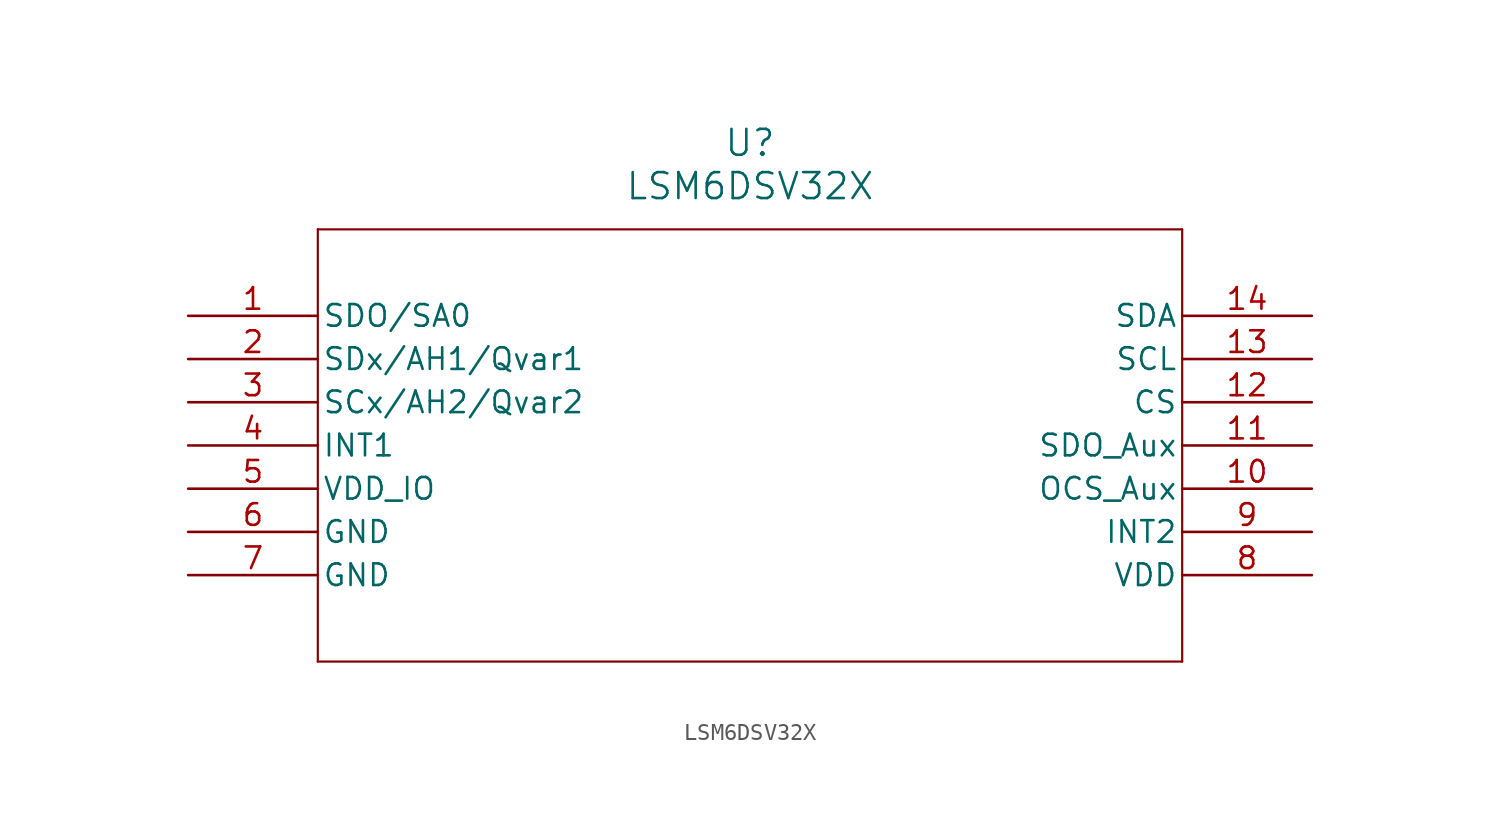
<source format=kicad_sym>
(kicad_symbol_lib
  (version 20211014)
  (generator kicad_symbol_editor)
  (symbol "LSM6DSV32X"
    (pin_names
      (offset 0.254))
    (property "Reference" "U"
      (at 33.02 10.16 0)
      (effects (font (size 1.524 1.524))))
    (property "Value" "LSM6DSV32X"
      (at 33.02 7.62 0)
      (effects (font (size 1.524 1.524))))
    (symbol "LSM6DSV32X_0_1"
      (polyline (pts (xy 7.62 5.08) (xy 7.62 -20.32)) (stroke (width 0.127) (type default) (color 0 0 0 0)) (fill (type none)))
      (polyline (pts (xy 7.62 -20.32) (xy 58.42 -20.32)) (stroke (width 0.127) (type default) (color 0 0 0 0)) (fill (type none)))
      (polyline (pts (xy 58.42 -20.32) (xy 58.42 5.08)) (stroke (width 0.127) (type default) (color 0 0 0 0)) (fill (type none)))
      (polyline (pts (xy 58.42 5.08) (xy 7.62 5.08)) (stroke (width 0.127) (type default) (color 0 0 0 0)) (fill (type none)))
      (pin unspecified line (at 0 0 0) (length 7.62) (name "SDO/SA0" (effects (font (size 1.27 1.27)))) (number "1" (effects (font (size 1.27 1.27)))))
      (pin unspecified line (at 0 -2.54 0) (length 7.62) (name "SDx/AH1/Qvar1" (effects (font (size 1.27 1.27)))) (number "2" (effects (font (size 1.27 1.27)))))
      (pin unspecified line (at 0 -5.08 0) (length 7.62) (name "SCx/AH2/Qvar2" (effects (font (size 1.27 1.27)))) (number "3" (effects (font (size 1.27 1.27)))))
      (pin output line (at 0 -7.62 0) (length 7.62) (name "INT1" (effects (font (size 1.27 1.27)))) (number "4" (effects (font (size 1.27 1.27)))))
      (pin power_in line (at 0 -10.16 0) (length 7.62) (name "VDD_IO" (effects (font (size 1.27 1.27)))) (number "5" (effects (font (size 1.27 1.27)))))
      (pin power_out line (at 0 -12.7 0) (length 7.62) (name "GND" (effects (font (size 1.27 1.27)))) (number "6" (effects (font (size 1.27 1.27)))))
      (pin power_out line (at 0 -15.24 0) (length 7.62) (name "GND" (effects (font (size 1.27 1.27)))) (number "7" (effects (font (size 1.27 1.27)))))
      (pin power_in line (at 66.04 -15.24 180) (length 7.62) (name "VDD" (effects (font (size 1.27 1.27)))) (number "8" (effects (font (size 1.27 1.27)))))
      (pin output line (at 66.04 -12.7 180) (length 7.62) (name "INT2" (effects (font (size 1.27 1.27)))) (number "9" (effects (font (size 1.27 1.27)))))
      (pin unspecified line (at 66.04 -10.16 180) (length 7.62) (name "OCS_Aux" (effects (font (size 1.27 1.27)))) (number "10" (effects (font (size 1.27 1.27)))))
      (pin unspecified line (at 66.04 -7.62 180) (length 7.62) (name "SDO_Aux" (effects (font (size 1.27 1.27)))) (number "11" (effects (font (size 1.27 1.27)))))
      (pin unspecified line (at 66.04 -5.08 180) (length 7.62) (name "CS" (effects (font (size 1.27 1.27)))) (number "12" (effects (font (size 1.27 1.27)))))
      (pin unspecified line (at 66.04 -2.54 180) (length 7.62) (name "SCL" (effects (font (size 1.27 1.27)))) (number "13" (effects (font (size 1.27 1.27)))))
      (pin unspecified line (at 66.04 0 180) (length 7.62) (name "SDA" (effects (font (size 1.27 1.27)))) (number "14" (effects (font (size 1.27 1.27))))))))
</source>
